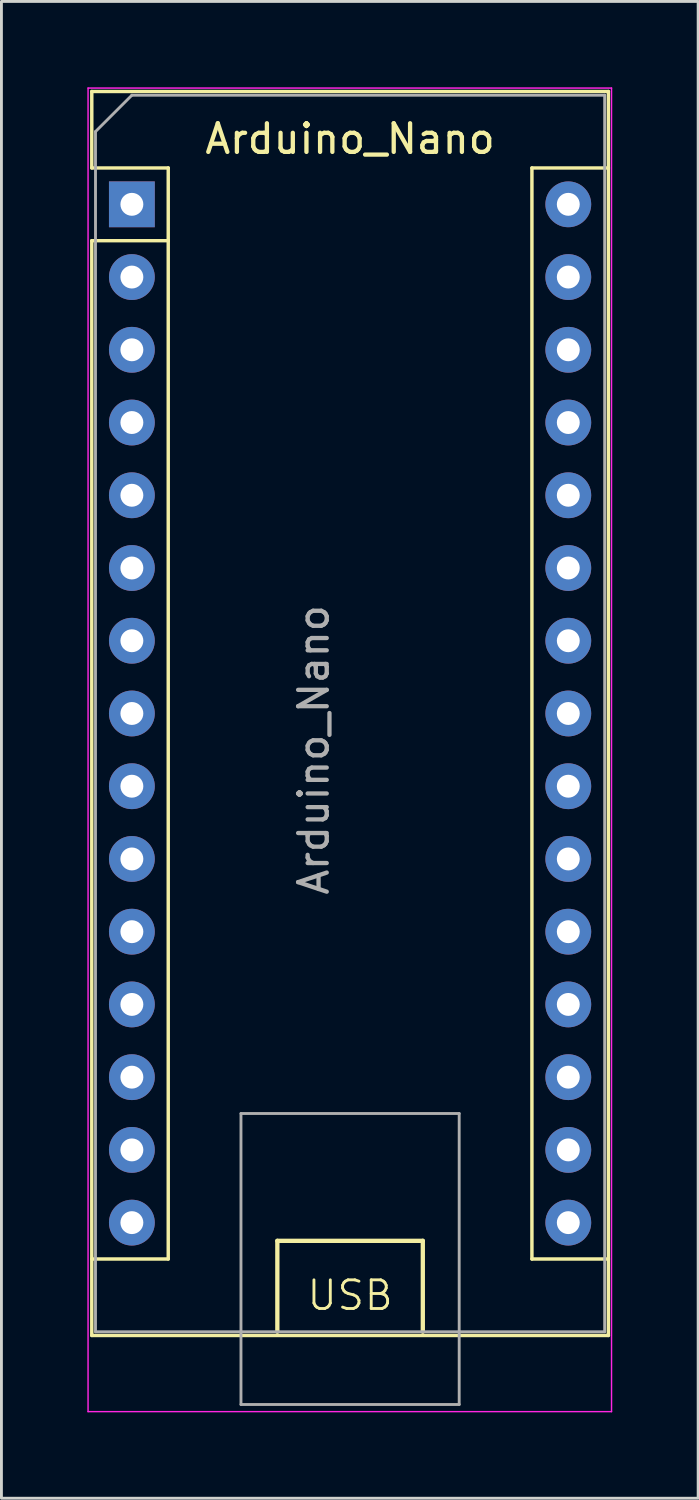
<source format=kicad_pcb>
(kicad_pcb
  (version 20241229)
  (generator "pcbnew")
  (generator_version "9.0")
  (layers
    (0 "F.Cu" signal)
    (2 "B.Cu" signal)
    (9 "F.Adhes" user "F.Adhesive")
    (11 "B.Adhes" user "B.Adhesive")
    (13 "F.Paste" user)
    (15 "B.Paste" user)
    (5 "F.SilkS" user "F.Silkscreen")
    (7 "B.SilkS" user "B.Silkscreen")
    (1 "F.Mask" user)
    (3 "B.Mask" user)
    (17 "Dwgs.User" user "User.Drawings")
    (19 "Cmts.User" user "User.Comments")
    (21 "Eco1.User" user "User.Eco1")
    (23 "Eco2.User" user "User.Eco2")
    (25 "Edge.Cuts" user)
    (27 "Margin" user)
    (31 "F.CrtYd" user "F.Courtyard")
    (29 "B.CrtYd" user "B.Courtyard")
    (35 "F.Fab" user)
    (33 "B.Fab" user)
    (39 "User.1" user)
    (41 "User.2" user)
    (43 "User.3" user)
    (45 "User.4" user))
  (footprint "Arduino_Nano"
    (layer "F.Cu")
    (at 1.555 4.085)
    (property "Reference" "Arduino_Nano" (at 7.62 -2.286 180) (layer "F.SilkS") (effects (font (size 1 1) (thickness 0.15))))
    (attr through_hole)
    (fp_line (start -1.4 -3.94) (end -1.4 -1.27) (stroke (width 0.12) (type solid)) (layer "F.SilkS"))
    (fp_line (start -1.4 1.27) (end -1.4 39.5) (stroke (width 0.12) (type solid)) (layer "F.SilkS"))
    (fp_line (start -1.4 39.5) (end 16.64 39.5) (stroke (width 0.12) (type solid)) (layer "F.SilkS"))
    (fp_line (start 1.27 -1.27) (end -1.4 -1.27) (stroke (width 0.12) (type solid)) (layer "F.SilkS"))
    (fp_line (start 1.27 1.27) (end -1.4 1.27) (stroke (width 0.12) (type solid)) (layer "F.SilkS"))
    (fp_line (start 1.27 1.27) (end 1.27 -1.27) (stroke (width 0.12) (type solid)) (layer "F.SilkS"))
    (fp_line (start 1.27 1.27) (end 1.27 36.83) (stroke (width 0.12) (type solid)) (layer "F.SilkS"))
    (fp_line (start 1.27 36.83) (end -1.4 36.83) (stroke (width 0.12) (type solid)) (layer "F.SilkS"))
    (fp_line (start 5.08 36.195) (end 5.08 39.37) (stroke (width 0.15) (type solid)) (layer "F.SilkS"))
    (fp_line (start 5.08 36.195) (end 10.16 36.195) (stroke (width 0.15) (type solid)) (layer "F.SilkS"))
    (fp_line (start 10.16 36.195) (end 10.16 39.37) (stroke (width 0.15) (type solid)) (layer "F.SilkS"))
    (fp_line (start 13.97 -1.27) (end 13.97 36.83) (stroke (width 0.12) (type solid)) (layer "F.SilkS"))
    (fp_line (start 13.97 -1.27) (end 16.64 -1.27) (stroke (width 0.12) (type solid)) (layer "F.SilkS"))
    (fp_line (start 13.97 36.83) (end 16.64 36.83) (stroke (width 0.12) (type solid)) (layer "F.SilkS"))
    (fp_line (start 16.64 -3.94) (end -1.4 -3.94) (stroke (width 0.12) (type solid)) (layer "F.SilkS"))
    (fp_line (start 16.64 39.5) (end 16.64 -3.94) (stroke (width 0.12) (type solid)) (layer "F.SilkS"))
    (fp_line (start -1.53 -4.06) (end -1.53 42.16) (stroke (width 0.05) (type solid)) (layer "F.CrtYd"))
    (fp_line (start -1.53 -4.06) (end 16.75 -4.06) (stroke (width 0.05) (type solid)) (layer "F.CrtYd"))
    (fp_line (start 16.75 42.16) (end -1.53 42.16) (stroke (width 0.05) (type solid)) (layer "F.CrtYd"))
    (fp_line (start 16.75 42.16) (end 16.75 -4.06) (stroke (width 0.05) (type solid)) (layer "F.CrtYd"))
    (fp_line (start -1.27 -2.54) (end 0 -3.81) (stroke (width 0.1) (type solid)) (layer "F.Fab"))
    (fp_line (start -1.27 39.37) (end -1.27 -2.54) (stroke (width 0.1) (type solid)) (layer "F.Fab"))
    (fp_line (start 0 -3.81) (end 16.51 -3.81) (stroke (width 0.1) (type solid)) (layer "F.Fab"))
    (fp_line (start 3.81 31.75) (end 11.43 31.75) (stroke (width 0.1) (type solid)) (layer "F.Fab"))
    (fp_line (start 3.81 41.91) (end 3.81 31.75) (stroke (width 0.1) (type solid)) (layer "F.Fab"))
    (fp_line (start 11.43 31.75) (end 11.43 41.91) (stroke (width 0.1) (type solid)) (layer "F.Fab"))
    (fp_line (start 11.43 41.91) (end 3.81 41.91) (stroke (width 0.1) (type solid)) (layer "F.Fab"))
    (fp_line (start 16.51 -3.81) (end 16.51 39.37) (stroke (width 0.1) (type solid)) (layer "F.Fab"))
    (fp_line (start 16.51 39.37) (end -1.27 39.37) (stroke (width 0.1) (type solid)) (layer "F.Fab"))
    (fp_text user "USB" (at 7.62 38.1 0) (layer "F.SilkS") (effects (font (size 1 1) (thickness 0.1))))
    (fp_text user "${REFERENCE}" (at 6.35 19.05 270) (layer "F.Fab") (effects (font (size 1 1) (thickness 0.15))))
    (pad "1" thru_hole rect (at 0 0) (size 1.6 1.6) (drill 0.8) (layers "*.Cu" "*.Mask"))
    (pad "2" thru_hole oval (at 0 2.54) (size 1.6 1.6) (drill 0.8) (layers "*.Cu" "*.Mask"))
    (pad "3" thru_hole oval (at 0 5.08) (size 1.6 1.6) (drill 0.8) (layers "*.Cu" "*.Mask"))
    (pad "4" thru_hole oval (at 0 7.62) (size 1.6 1.6) (drill 0.8) (layers "*.Cu" "*.Mask"))
    (pad "5" thru_hole oval (at 0 10.16) (size 1.6 1.6) (drill 0.8) (layers "*.Cu" "*.Mask"))
    (pad "6" thru_hole oval (at 0 12.7) (size 1.6 1.6) (drill 0.8) (layers "*.Cu" "*.Mask"))
    (pad "7" thru_hole oval (at 0 15.24) (size 1.6 1.6) (drill 0.8) (layers "*.Cu" "*.Mask"))
    (pad "8" thru_hole oval (at 0 17.78) (size 1.6 1.6) (drill 0.8) (layers "*.Cu" "*.Mask"))
    (pad "9" thru_hole oval (at 0 20.32) (size 1.6 1.6) (drill 0.8) (layers "*.Cu" "*.Mask"))
    (pad "10" thru_hole oval (at 0 22.86) (size 1.6 1.6) (drill 0.8) (layers "*.Cu" "*.Mask"))
    (pad "11" thru_hole oval (at 0 25.4) (size 1.6 1.6) (drill 0.8) (layers "*.Cu" "*.Mask"))
    (pad "12" thru_hole oval (at 0 27.94) (size 1.6 1.6) (drill 0.8) (layers "*.Cu" "*.Mask"))
    (pad "13" thru_hole oval (at 0 30.48) (size 1.6 1.6) (drill 0.8) (layers "*.Cu" "*.Mask"))
    (pad "14" thru_hole oval (at 0 33.02) (size 1.6 1.6) (drill 0.8) (layers "*.Cu" "*.Mask"))
    (pad "15" thru_hole oval (at 0 35.56) (size 1.6 1.6) (drill 0.8) (layers "*.Cu" "*.Mask"))
    (pad "16" thru_hole oval (at 15.24 35.56) (size 1.6 1.6) (drill 0.8) (layers "*.Cu" "*.Mask"))
    (pad "17" thru_hole oval (at 15.24 33.02) (size 1.6 1.6) (drill 0.8) (layers "*.Cu" "*.Mask"))
    (pad "18" thru_hole oval (at 15.24 30.48) (size 1.6 1.6) (drill 0.8) (layers "*.Cu" "*.Mask"))
    (pad "19" thru_hole oval (at 15.24 27.94) (size 1.6 1.6) (drill 0.8) (layers "*.Cu" "*.Mask"))
    (pad "20" thru_hole oval (at 15.24 25.4) (size 1.6 1.6) (drill 0.8) (layers "*.Cu" "*.Mask"))
    (pad "21" thru_hole oval (at 15.24 22.86) (size 1.6 1.6) (drill 0.8) (layers "*.Cu" "*.Mask"))
    (pad "22" thru_hole oval (at 15.24 20.32) (size 1.6 1.6) (drill 0.8) (layers "*.Cu" "*.Mask"))
    (pad "23" thru_hole oval (at 15.24 17.78) (size 1.6 1.6) (drill 0.8) (layers "*.Cu" "*.Mask"))
    (pad "24" thru_hole oval (at 15.24 15.24) (size 1.6 1.6) (drill 0.8) (layers "*.Cu" "*.Mask"))
    (pad "25" thru_hole oval (at 15.24 12.7) (size 1.6 1.6) (drill 0.8) (layers "*.Cu" "*.Mask"))
    (pad "26" thru_hole oval (at 15.24 10.16) (size 1.6 1.6) (drill 0.8) (layers "*.Cu" "*.Mask"))
    (pad "27" thru_hole oval (at 15.24 7.62) (size 1.6 1.6) (drill 0.8) (layers "*.Cu" "*.Mask"))
    (pad "28" thru_hole oval (at 15.24 5.08) (size 1.6 1.6) (drill 0.8) (layers "*.Cu" "*.Mask"))
    (pad "29" thru_hole oval (at 15.24 2.54) (size 1.6 1.6) (drill 0.8) (layers "*.Cu" "*.Mask"))
    (pad "30" thru_hole oval (at 15.24 0) (size 1.6 1.6) (drill 0.8) (layers "*.Cu" "*.Mask")))
  (gr_rect
    (start -3 -3)
    (end 21.33 49.27)
    (stroke (width 0.1) (type default))
    (fill no)
    (layer "Edge.Cuts")))
</source>
